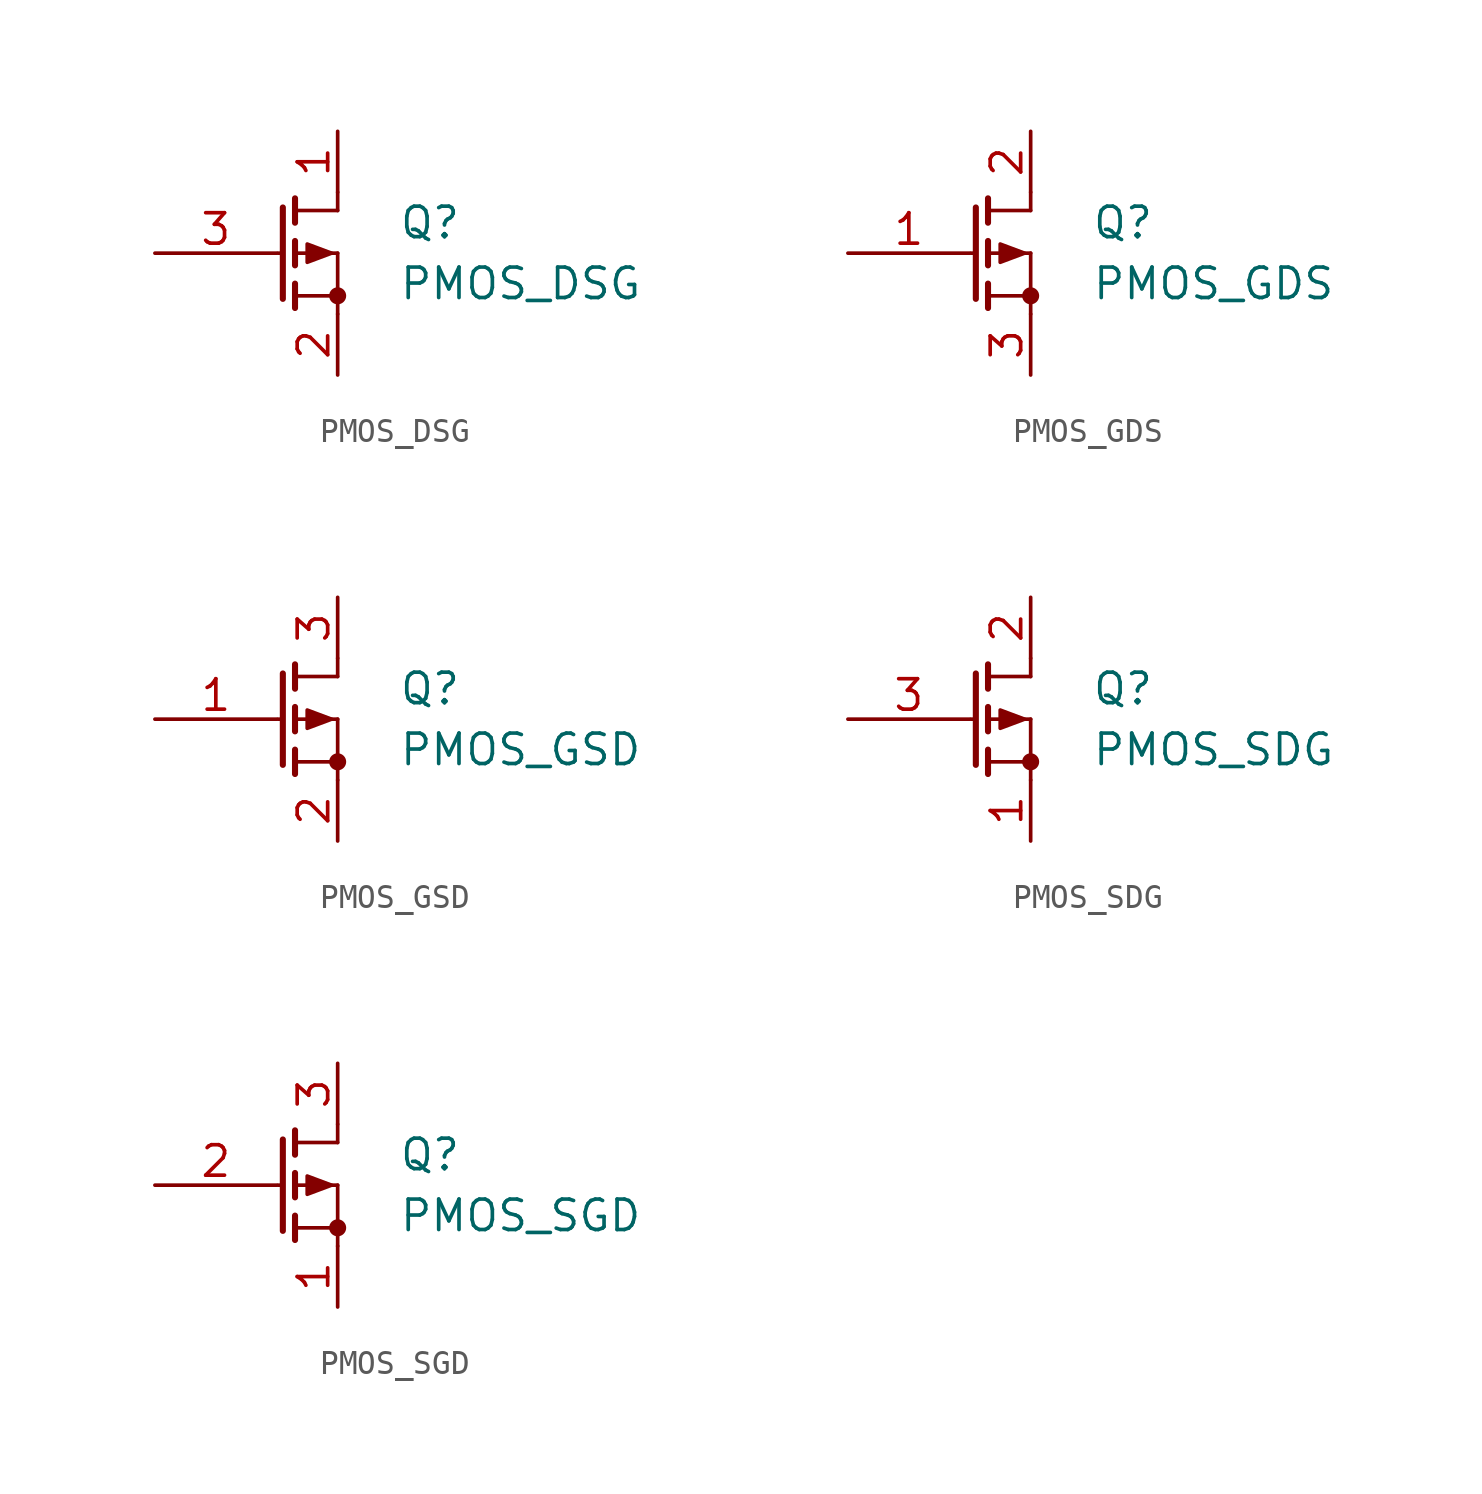
<source format=kicad_sym>
(kicad_symbol_lib
  (version 20211014)
  (generator kicad_symbol_editor)
  (symbol "PMOS_DSG"
    (pin_names
      (offset 0) hide)
    (property "Reference" "Q"
      (at 5.08 1.27 0)
      (effects (font (size 1.27 1.27)) (justify left)))
    (property "Value" "PMOS_DSG"
      (at 5.08 -1.27 0)
      (effects (font (size 1.27 1.27)) (justify left)))
    (symbol "PMOS_DSG_0_1"
      (polyline (pts (xy 0.051 0) (xy 0.254 0)) (stroke (width 0) (type default) (color 0 0 0 0)) (fill (type none)))
      (polyline (pts (xy 0.762 -1.778) (xy 2.54 -1.778)) (stroke (width 0) (type default) (color 0 0 0 0)) (fill (type none)))
      (polyline (pts (xy 0.762 -1.27) (xy 0.762 -2.286)) (stroke (width 0.254) (type default) (color 0 0 0 0)) (fill (type none)))
      (polyline (pts (xy 0.762 0) (xy 2.54 0)) (stroke (width 0) (type default) (color 0 0 0 0)) (fill (type none)))
      (polyline (pts (xy 0.762 0.508) (xy 0.762 -0.508)) (stroke (width 0.254) (type default) (color 0 0 0 0)) (fill (type none)))
      (polyline (pts (xy 0.762 1.778) (xy 2.54 1.778)) (stroke (width 0) (type default) (color 0 0 0 0)) (fill (type none)))
      (polyline (pts (xy 0.762 2.286) (xy 0.762 1.27)) (stroke (width 0.254) (type default) (color 0 0 0 0)) (fill (type none)))
      (polyline (pts (xy 2.54 -1.778) (xy 2.54 -2.54)) (stroke (width 0) (type default) (color 0 0 0 0)) (fill (type none)))
      (polyline (pts (xy 2.54 -1.778) (xy 2.54 0)) (stroke (width 0) (type default) (color 0 0 0 0)) (fill (type none)))
      (polyline (pts (xy 2.54 2.54) (xy 2.54 1.778)) (stroke (width 0) (type default) (color 0 0 0 0)) (fill (type none)))
      (polyline (pts (xy 0.254 1.905) (xy 0.254 -1.905) (xy 0.254 -1.905)) (stroke (width 0.254) (type default) (color 0 0 0 0)) (fill (type none)))
      (polyline (pts (xy 2.286 0) (xy 1.27 -0.381) (xy 1.27 0.381) (xy 2.286 0)) (stroke (width 0) (type default) (color 0 0 0 0)) (fill (type outline)))
      (circle (center 2.54 -1.778) (radius 0.279) (stroke (width 0) (type default) (color 0 0 0 0)) (fill (type outline))))
    (symbol "PMOS_DSG_1_1"
      (pin passive line (at 2.54 5.08 270) (length 2.54) (name "D" (effects (font (size 1.27 1.27)))) (number "1" (effects (font (size 1.27 1.27)))))
      (pin passive line (at 2.54 -5.08 90) (length 2.54) (name "S" (effects (font (size 1.27 1.27)))) (number "2" (effects (font (size 1.27 1.27)))))
      (pin input line (at -5.08 0 0) (length 5.08) (name "G" (effects (font (size 1.27 1.27)))) (number "3" (effects (font (size 1.27 1.27)))))))
  (symbol "PMOS_GDS"
    (pin_names
      (offset 0) hide)
    (property "Reference" "Q"
      (at 5.08 1.27 0)
      (effects (font (size 1.27 1.27)) (justify left)))
    (property "Value" "PMOS_GDS"
      (at 5.08 -1.27 0)
      (effects (font (size 1.27 1.27)) (justify left)))
    (symbol "PMOS_GDS_0_1"
      (polyline (pts (xy 0.051 0) (xy 0.254 0)) (stroke (width 0) (type default) (color 0 0 0 0)) (fill (type none)))
      (polyline (pts (xy 0.762 -1.778) (xy 2.54 -1.778)) (stroke (width 0) (type default) (color 0 0 0 0)) (fill (type none)))
      (polyline (pts (xy 0.762 -1.27) (xy 0.762 -2.286)) (stroke (width 0.254) (type default) (color 0 0 0 0)) (fill (type none)))
      (polyline (pts (xy 0.762 0) (xy 2.54 0)) (stroke (width 0) (type default) (color 0 0 0 0)) (fill (type none)))
      (polyline (pts (xy 0.762 0.508) (xy 0.762 -0.508)) (stroke (width 0.254) (type default) (color 0 0 0 0)) (fill (type none)))
      (polyline (pts (xy 0.762 1.778) (xy 2.54 1.778)) (stroke (width 0) (type default) (color 0 0 0 0)) (fill (type none)))
      (polyline (pts (xy 0.762 2.286) (xy 0.762 1.27)) (stroke (width 0.254) (type default) (color 0 0 0 0)) (fill (type none)))
      (polyline (pts (xy 2.54 -1.778) (xy 2.54 -2.54)) (stroke (width 0) (type default) (color 0 0 0 0)) (fill (type none)))
      (polyline (pts (xy 2.54 -1.778) (xy 2.54 0)) (stroke (width 0) (type default) (color 0 0 0 0)) (fill (type none)))
      (polyline (pts (xy 2.54 2.54) (xy 2.54 1.778)) (stroke (width 0) (type default) (color 0 0 0 0)) (fill (type none)))
      (polyline (pts (xy 0.254 1.905) (xy 0.254 -1.905) (xy 0.254 -1.905)) (stroke (width 0.254) (type default) (color 0 0 0 0)) (fill (type none)))
      (polyline (pts (xy 2.286 0) (xy 1.27 -0.381) (xy 1.27 0.381) (xy 2.286 0)) (stroke (width 0) (type default) (color 0 0 0 0)) (fill (type outline)))
      (circle (center 2.54 -1.778) (radius 0.279) (stroke (width 0) (type default) (color 0 0 0 0)) (fill (type outline))))
    (symbol "PMOS_GDS_1_1"
      (pin input line (at -5.08 0 0) (length 5.08) (name "G" (effects (font (size 1.27 1.27)))) (number "1" (effects (font (size 1.27 1.27)))))
      (pin passive line (at 2.54 5.08 270) (length 2.54) (name "D" (effects (font (size 1.27 1.27)))) (number "2" (effects (font (size 1.27 1.27)))))
      (pin passive line (at 2.54 -5.08 90) (length 2.54) (name "S" (effects (font (size 1.27 1.27)))) (number "3" (effects (font (size 1.27 1.27)))))))
  (symbol "PMOS_GSD"
    (pin_names
      (offset 0) hide)
    (property "Reference" "Q"
      (at 5.08 1.27 0)
      (effects (font (size 1.27 1.27)) (justify left)))
    (property "Value" "PMOS_GSD"
      (at 5.08 -1.27 0)
      (effects (font (size 1.27 1.27)) (justify left)))
    (symbol "PMOS_GSD_0_1"
      (polyline (pts (xy 0.051 0) (xy 0.254 0)) (stroke (width 0) (type default) (color 0 0 0 0)) (fill (type none)))
      (polyline (pts (xy 0.762 -1.778) (xy 2.54 -1.778)) (stroke (width 0) (type default) (color 0 0 0 0)) (fill (type none)))
      (polyline (pts (xy 0.762 -1.27) (xy 0.762 -2.286)) (stroke (width 0.254) (type default) (color 0 0 0 0)) (fill (type none)))
      (polyline (pts (xy 0.762 0) (xy 2.54 0)) (stroke (width 0) (type default) (color 0 0 0 0)) (fill (type none)))
      (polyline (pts (xy 0.762 0.508) (xy 0.762 -0.508)) (stroke (width 0.254) (type default) (color 0 0 0 0)) (fill (type none)))
      (polyline (pts (xy 0.762 1.778) (xy 2.54 1.778)) (stroke (width 0) (type default) (color 0 0 0 0)) (fill (type none)))
      (polyline (pts (xy 0.762 2.286) (xy 0.762 1.27)) (stroke (width 0.254) (type default) (color 0 0 0 0)) (fill (type none)))
      (polyline (pts (xy 2.54 -1.778) (xy 2.54 -2.54)) (stroke (width 0) (type default) (color 0 0 0 0)) (fill (type none)))
      (polyline (pts (xy 2.54 -1.778) (xy 2.54 0)) (stroke (width 0) (type default) (color 0 0 0 0)) (fill (type none)))
      (polyline (pts (xy 2.54 2.54) (xy 2.54 1.778)) (stroke (width 0) (type default) (color 0 0 0 0)) (fill (type none)))
      (polyline (pts (xy 0.254 1.905) (xy 0.254 -1.905) (xy 0.254 -1.905)) (stroke (width 0.254) (type default) (color 0 0 0 0)) (fill (type none)))
      (polyline (pts (xy 2.286 0) (xy 1.27 -0.381) (xy 1.27 0.381) (xy 2.286 0)) (stroke (width 0) (type default) (color 0 0 0 0)) (fill (type outline)))
      (circle (center 2.54 -1.778) (radius 0.279) (stroke (width 0) (type default) (color 0 0 0 0)) (fill (type outline))))
    (symbol "PMOS_GSD_1_1"
      (pin input line (at -5.08 0 0) (length 5.08) (name "G" (effects (font (size 1.27 1.27)))) (number "1" (effects (font (size 1.27 1.27)))))
      (pin passive line (at 2.54 -5.08 90) (length 2.54) (name "S" (effects (font (size 1.27 1.27)))) (number "2" (effects (font (size 1.27 1.27)))))
      (pin passive line (at 2.54 5.08 270) (length 2.54) (name "D" (effects (font (size 1.27 1.27)))) (number "3" (effects (font (size 1.27 1.27)))))))
  (symbol "PMOS_SDG"
    (pin_names
      (offset 0) hide)
    (property "Reference" "Q"
      (at 5.08 1.27 0)
      (effects (font (size 1.27 1.27)) (justify left)))
    (property "Value" "PMOS_SDG"
      (at 5.08 -1.27 0)
      (effects (font (size 1.27 1.27)) (justify left)))
    (symbol "PMOS_SDG_0_1"
      (polyline (pts (xy 0.051 0) (xy 0.254 0)) (stroke (width 0) (type default) (color 0 0 0 0)) (fill (type none)))
      (polyline (pts (xy 0.762 -1.778) (xy 2.54 -1.778)) (stroke (width 0) (type default) (color 0 0 0 0)) (fill (type none)))
      (polyline (pts (xy 0.762 -1.27) (xy 0.762 -2.286)) (stroke (width 0.254) (type default) (color 0 0 0 0)) (fill (type none)))
      (polyline (pts (xy 0.762 0) (xy 2.54 0)) (stroke (width 0) (type default) (color 0 0 0 0)) (fill (type none)))
      (polyline (pts (xy 0.762 0.508) (xy 0.762 -0.508)) (stroke (width 0.254) (type default) (color 0 0 0 0)) (fill (type none)))
      (polyline (pts (xy 0.762 1.778) (xy 2.54 1.778)) (stroke (width 0) (type default) (color 0 0 0 0)) (fill (type none)))
      (polyline (pts (xy 0.762 2.286) (xy 0.762 1.27)) (stroke (width 0.254) (type default) (color 0 0 0 0)) (fill (type none)))
      (polyline (pts (xy 2.54 -1.778) (xy 2.54 -2.54)) (stroke (width 0) (type default) (color 0 0 0 0)) (fill (type none)))
      (polyline (pts (xy 2.54 -1.778) (xy 2.54 0)) (stroke (width 0) (type default) (color 0 0 0 0)) (fill (type none)))
      (polyline (pts (xy 2.54 2.54) (xy 2.54 1.778)) (stroke (width 0) (type default) (color 0 0 0 0)) (fill (type none)))
      (polyline (pts (xy 0.254 1.905) (xy 0.254 -1.905) (xy 0.254 -1.905)) (stroke (width 0.254) (type default) (color 0 0 0 0)) (fill (type none)))
      (polyline (pts (xy 2.286 0) (xy 1.27 -0.381) (xy 1.27 0.381) (xy 2.286 0)) (stroke (width 0) (type default) (color 0 0 0 0)) (fill (type outline)))
      (circle (center 2.54 -1.778) (radius 0.279) (stroke (width 0) (type default) (color 0 0 0 0)) (fill (type outline))))
    (symbol "PMOS_SDG_1_1"
      (pin passive line (at 2.54 -5.08 90) (length 2.54) (name "S" (effects (font (size 1.27 1.27)))) (number "1" (effects (font (size 1.27 1.27)))))
      (pin passive line (at 2.54 5.08 270) (length 2.54) (name "D" (effects (font (size 1.27 1.27)))) (number "2" (effects (font (size 1.27 1.27)))))
      (pin input line (at -5.08 0 0) (length 5.08) (name "G" (effects (font (size 1.27 1.27)))) (number "3" (effects (font (size 1.27 1.27)))))))
  (symbol "PMOS_SGD"
    (pin_names
      (offset 0) hide)
    (property "Reference" "Q"
      (at 5.08 1.27 0)
      (effects (font (size 1.27 1.27)) (justify left)))
    (property "Value" "PMOS_SGD"
      (at 5.08 -1.27 0)
      (effects (font (size 1.27 1.27)) (justify left)))
    (symbol "PMOS_SGD_0_1"
      (polyline (pts (xy 0.051 0) (xy 0.254 0)) (stroke (width 0) (type default) (color 0 0 0 0)) (fill (type none)))
      (polyline (pts (xy 0.762 -1.778) (xy 2.54 -1.778)) (stroke (width 0) (type default) (color 0 0 0 0)) (fill (type none)))
      (polyline (pts (xy 0.762 -1.27) (xy 0.762 -2.286)) (stroke (width 0.254) (type default) (color 0 0 0 0)) (fill (type none)))
      (polyline (pts (xy 0.762 0) (xy 2.54 0)) (stroke (width 0) (type default) (color 0 0 0 0)) (fill (type none)))
      (polyline (pts (xy 0.762 0.508) (xy 0.762 -0.508)) (stroke (width 0.254) (type default) (color 0 0 0 0)) (fill (type none)))
      (polyline (pts (xy 0.762 1.778) (xy 2.54 1.778)) (stroke (width 0) (type default) (color 0 0 0 0)) (fill (type none)))
      (polyline (pts (xy 0.762 2.286) (xy 0.762 1.27)) (stroke (width 0.254) (type default) (color 0 0 0 0)) (fill (type none)))
      (polyline (pts (xy 2.54 -1.778) (xy 2.54 -2.54)) (stroke (width 0) (type default) (color 0 0 0 0)) (fill (type none)))
      (polyline (pts (xy 2.54 -1.778) (xy 2.54 0)) (stroke (width 0) (type default) (color 0 0 0 0)) (fill (type none)))
      (polyline (pts (xy 2.54 2.54) (xy 2.54 1.778)) (stroke (width 0) (type default) (color 0 0 0 0)) (fill (type none)))
      (polyline (pts (xy 0.254 1.905) (xy 0.254 -1.905) (xy 0.254 -1.905)) (stroke (width 0.254) (type default) (color 0 0 0 0)) (fill (type none)))
      (polyline (pts (xy 2.286 0) (xy 1.27 -0.381) (xy 1.27 0.381) (xy 2.286 0)) (stroke (width 0) (type default) (color 0 0 0 0)) (fill (type outline)))
      (circle (center 2.54 -1.778) (radius 0.279) (stroke (width 0) (type default) (color 0 0 0 0)) (fill (type outline))))
    (symbol "PMOS_SGD_1_1"
      (pin passive line (at 2.54 -5.08 90) (length 2.54) (name "S" (effects (font (size 1.27 1.27)))) (number "1" (effects (font (size 1.27 1.27)))))
      (pin input line (at -5.08 0 0) (length 5.08) (name "G" (effects (font (size 1.27 1.27)))) (number "2" (effects (font (size 1.27 1.27)))))
      (pin passive line (at 2.54 5.08 270) (length 2.54) (name "D" (effects (font (size 1.27 1.27)))) (number "3" (effects (font (size 1.27 1.27))))))))
</source>
